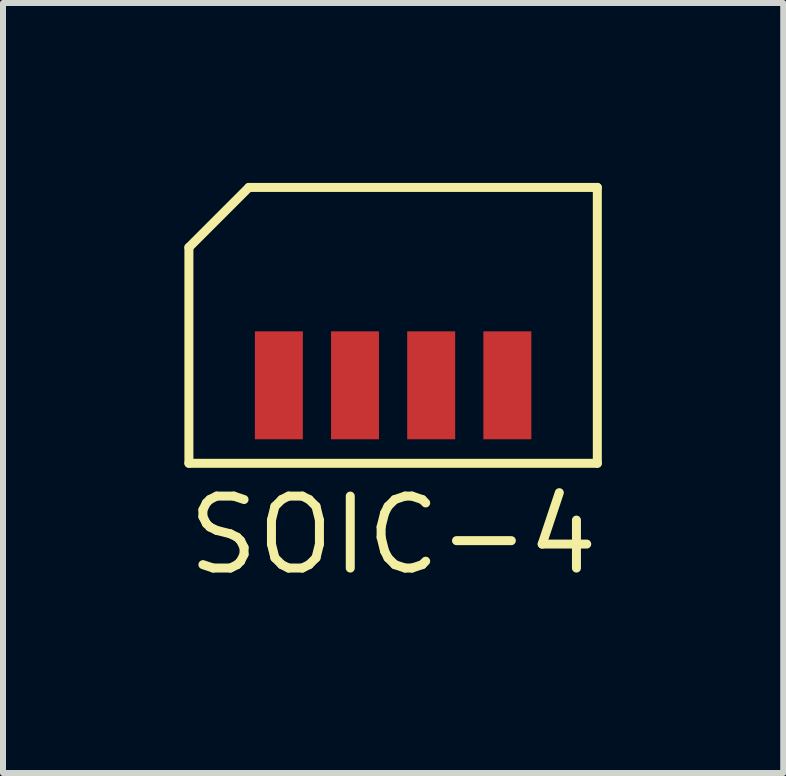
<source format=kicad_pcb>
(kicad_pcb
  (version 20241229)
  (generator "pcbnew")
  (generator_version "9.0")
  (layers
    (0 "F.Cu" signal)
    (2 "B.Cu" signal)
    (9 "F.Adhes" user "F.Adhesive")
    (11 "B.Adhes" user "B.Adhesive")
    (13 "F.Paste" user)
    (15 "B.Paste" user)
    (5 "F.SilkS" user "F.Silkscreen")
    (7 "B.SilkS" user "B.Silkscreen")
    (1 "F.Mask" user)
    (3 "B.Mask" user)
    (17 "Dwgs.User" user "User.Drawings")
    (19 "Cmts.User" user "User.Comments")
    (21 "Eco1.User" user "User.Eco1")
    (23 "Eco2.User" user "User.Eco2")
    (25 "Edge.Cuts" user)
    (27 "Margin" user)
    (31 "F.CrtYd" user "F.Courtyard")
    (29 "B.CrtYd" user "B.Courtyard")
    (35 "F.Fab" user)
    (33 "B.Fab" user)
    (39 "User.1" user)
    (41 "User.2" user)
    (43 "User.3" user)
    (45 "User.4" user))
  (footprint "SOIC-4"
    (layer "F.Cu")
    (at 3.505 3.375)
    (property "Reference" "SOIC-4" (at 0 2.5 0) (layer "F.SilkS") (effects (font (size 1.2 1.2) (thickness 0.15))))
    (attr through_hole)
    (fp_line (start -3.405 -2.3) (end -3.405 1.3) (stroke (width 0.15) (type solid)) (layer "F.SilkS"))
    (fp_line (start -3.405 1.3) (end 3.405 1.3) (stroke (width 0.15) (type solid)) (layer "F.SilkS"))
    (fp_line (start -2.405 -3.3) (end -3.405 -2.3) (stroke (width 0.15) (type solid)) (layer "F.SilkS"))
    (fp_line (start 3.405 -3.3) (end -2.405 -3.3) (stroke (width 0.15) (type solid)) (layer "F.SilkS"))
    (fp_line (start 3.405 1.3) (end 3.405 -3.3) (stroke (width 0.15) (type solid)) (layer "F.SilkS"))
    (pad "1" smd rect (at -1.905 0) (size 0.8 1.8) (layers "F.Cu" "F.Mask" "F.Paste"))
    (pad "2" smd rect (at -0.635 0) (size 0.8 1.8) (layers "F.Cu" "F.Mask" "F.Paste"))
    (pad "3" smd rect (at 0.635 0) (size 0.8 1.8) (layers "F.Cu" "F.Mask" "F.Paste"))
    (pad "4" smd rect (at 1.905 0) (size 0.8 1.8) (layers "F.Cu" "F.Mask" "F.Paste")))
  (gr_rect
    (start -3 -3)
    (end 10.01 9.84)
    (stroke (width 0.1) (type default))
    (fill no)
    (layer "Edge.Cuts")))
</source>
